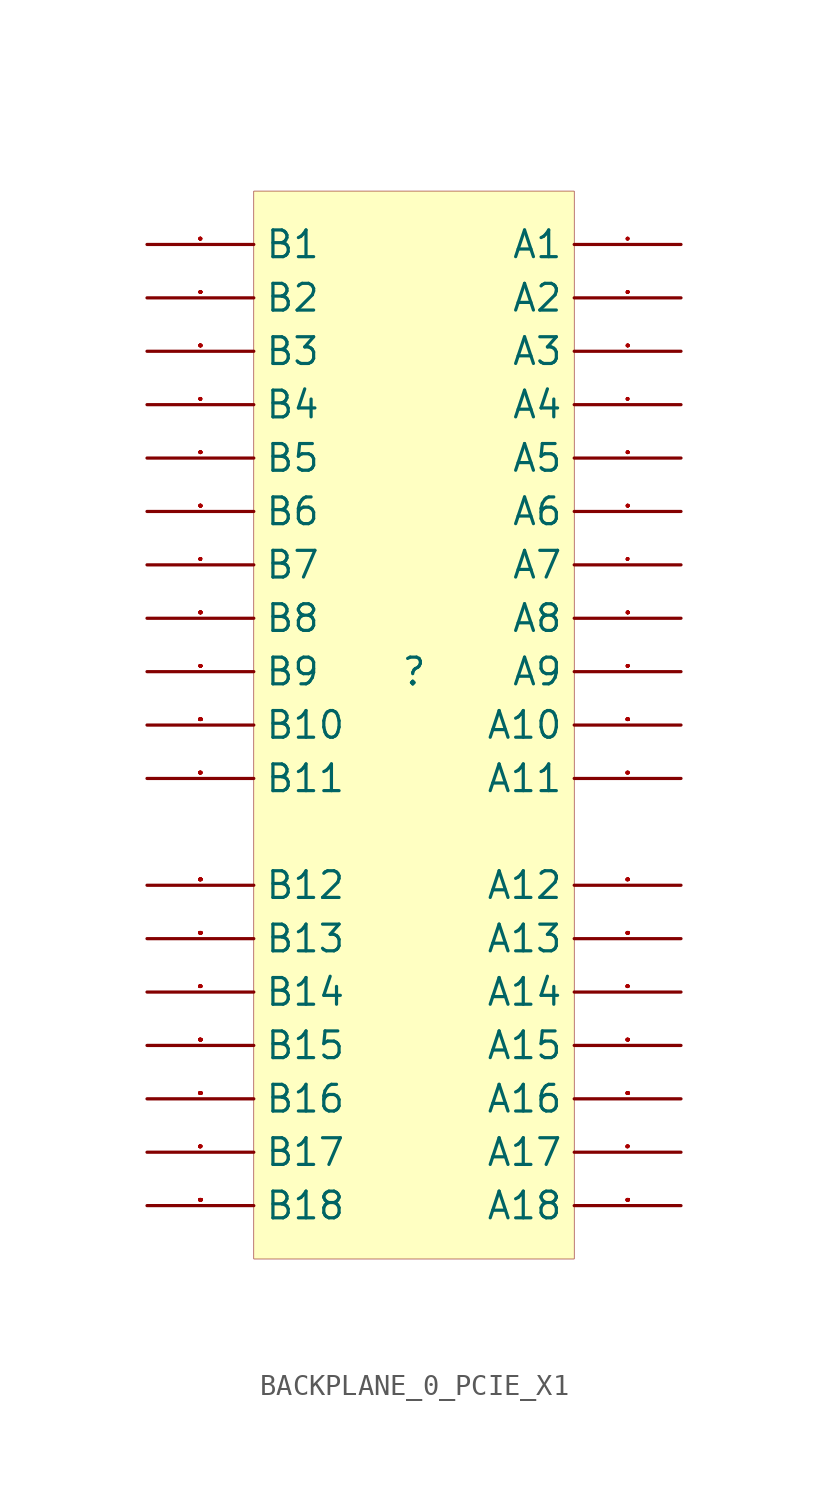
<source format=kicad_sym>
(kicad_symbol_lib
  (version 20231120)
  (generator "kicad_symbol_editor")
  (generator_version "7.99")
  (symbol "BACKPLANE_0_PCIE_X1"
    (property "Reference" ""
      (at 0 0 0)
      (effects (font (size 1.27 1.27))))
    (property "Value" ""
      (at 0 0 0)
      (effects (font (size 1.27 1.27))))
    (symbol "BACKPLANE_0_PCIE_X1_1_0"
      (rectangle (start 7.62 22.86) (end -7.62 -27.94) (stroke (width 0.025) (type solid) (color 128 0 0 1)) (fill (type background)))
      (pin passive line (at 12.7 20.32 180) (length 5.08) (name "A1" (effects (font (size 1.27 1.27)))) (number "A1" (effects (font (size 0.025 0.025)))))
      (pin passive line (at 12.7 -2.54 180) (length 5.08) (name "A10" (effects (font (size 1.27 1.27)))) (number "A10" (effects (font (size 0.025 0.025)))))
      (pin passive line (at 12.7 -5.08 180) (length 5.08) (name "A11" (effects (font (size 1.27 1.27)))) (number "A11" (effects (font (size 0.025 0.025)))))
      (pin passive line (at 12.7 -10.16 180) (length 5.08) (name "A12" (effects (font (size 1.27 1.27)))) (number "A12" (effects (font (size 0.025 0.025)))))
      (pin passive line (at 12.7 -12.7 180) (length 5.08) (name "A13" (effects (font (size 1.27 1.27)))) (number "A13" (effects (font (size 0.025 0.025)))))
      (pin passive line (at 12.7 -15.24 180) (length 5.08) (name "A14" (effects (font (size 1.27 1.27)))) (number "A14" (effects (font (size 0.025 0.025)))))
      (pin passive line (at 12.7 -17.78 180) (length 5.08) (name "A15" (effects (font (size 1.27 1.27)))) (number "A15" (effects (font (size 0.025 0.025)))))
      (pin passive line (at 12.7 -20.32 180) (length 5.08) (name "A16" (effects (font (size 1.27 1.27)))) (number "A16" (effects (font (size 0.025 0.025)))))
      (pin passive line (at 12.7 -22.86 180) (length 5.08) (name "A17" (effects (font (size 1.27 1.27)))) (number "A17" (effects (font (size 0.025 0.025)))))
      (pin passive line (at 12.7 -25.4 180) (length 5.08) (name "A18" (effects (font (size 1.27 1.27)))) (number "A18" (effects (font (size 0.025 0.025)))))
      (pin passive line (at 12.7 17.78 180) (length 5.08) (name "A2" (effects (font (size 1.27 1.27)))) (number "A2" (effects (font (size 0.025 0.025)))))
      (pin passive line (at 12.7 15.24 180) (length 5.08) (name "A3" (effects (font (size 1.27 1.27)))) (number "A3" (effects (font (size 0.025 0.025)))))
      (pin passive line (at 12.7 12.7 180) (length 5.08) (name "A4" (effects (font (size 1.27 1.27)))) (number "A4" (effects (font (size 0.025 0.025)))))
      (pin passive line (at 12.7 10.16 180) (length 5.08) (name "A5" (effects (font (size 1.27 1.27)))) (number "A5" (effects (font (size 0.025 0.025)))))
      (pin passive line (at 12.7 7.62 180) (length 5.08) (name "A6" (effects (font (size 1.27 1.27)))) (number "A6" (effects (font (size 0.025 0.025)))))
      (pin passive line (at 12.7 5.08 180) (length 5.08) (name "A7" (effects (font (size 1.27 1.27)))) (number "A7" (effects (font (size 0.025 0.025)))))
      (pin passive line (at 12.7 2.54 180) (length 5.08) (name "A8" (effects (font (size 1.27 1.27)))) (number "A8" (effects (font (size 0.025 0.025)))))
      (pin passive line (at 12.7 0 180) (length 5.08) (name "A9" (effects (font (size 1.27 1.27)))) (number "A9" (effects (font (size 0.025 0.025)))))
      (pin passive line (at -12.7 20.32 0) (length 5.08) (name "B1" (effects (font (size 1.27 1.27)))) (number "B1" (effects (font (size 0.025 0.025)))))
      (pin passive line (at -12.7 -2.54 0) (length 5.08) (name "B10" (effects (font (size 1.27 1.27)))) (number "B10" (effects (font (size 0.025 0.025)))))
      (pin passive line (at -12.7 -5.08 0) (length 5.08) (name "B11" (effects (font (size 1.27 1.27)))) (number "B11" (effects (font (size 0.025 0.025)))))
      (pin passive line (at -12.7 -10.16 0) (length 5.08) (name "B12" (effects (font (size 1.27 1.27)))) (number "B12" (effects (font (size 0.025 0.025)))))
      (pin passive line (at -12.7 -12.7 0) (length 5.08) (name "B13" (effects (font (size 1.27 1.27)))) (number "B13" (effects (font (size 0.025 0.025)))))
      (pin passive line (at -12.7 -15.24 0) (length 5.08) (name "B14" (effects (font (size 1.27 1.27)))) (number "B14" (effects (font (size 0.025 0.025)))))
      (pin passive line (at -12.7 -17.78 0) (length 5.08) (name "B15" (effects (font (size 1.27 1.27)))) (number "B15" (effects (font (size 0.025 0.025)))))
      (pin passive line (at -12.7 -20.32 0) (length 5.08) (name "B16" (effects (font (size 1.27 1.27)))) (number "B16" (effects (font (size 0.025 0.025)))))
      (pin passive line (at -12.7 -22.86 0) (length 5.08) (name "B17" (effects (font (size 1.27 1.27)))) (number "B17" (effects (font (size 0.025 0.025)))))
      (pin passive line (at -12.7 -25.4 0) (length 5.08) (name "B18" (effects (font (size 1.27 1.27)))) (number "B18" (effects (font (size 0.025 0.025)))))
      (pin passive line (at -12.7 17.78 0) (length 5.08) (name "B2" (effects (font (size 1.27 1.27)))) (number "B2" (effects (font (size 0.025 0.025)))))
      (pin passive line (at -12.7 15.24 0) (length 5.08) (name "B3" (effects (font (size 1.27 1.27)))) (number "B3" (effects (font (size 0.025 0.025)))))
      (pin passive line (at -12.7 12.7 0) (length 5.08) (name "B4" (effects (font (size 1.27 1.27)))) (number "B4" (effects (font (size 0.025 0.025)))))
      (pin passive line (at -12.7 10.16 0) (length 5.08) (name "B5" (effects (font (size 1.27 1.27)))) (number "B5" (effects (font (size 0.025 0.025)))))
      (pin passive line (at -12.7 7.62 0) (length 5.08) (name "B6" (effects (font (size 1.27 1.27)))) (number "B6" (effects (font (size 0.025 0.025)))))
      (pin passive line (at -12.7 5.08 0) (length 5.08) (name "B7" (effects (font (size 1.27 1.27)))) (number "B7" (effects (font (size 0.025 0.025)))))
      (pin passive line (at -12.7 2.54 0) (length 5.08) (name "B8" (effects (font (size 1.27 1.27)))) (number "B8" (effects (font (size 0.025 0.025)))))
      (pin passive line (at -12.7 0 0) (length 5.08) (name "B9" (effects (font (size 1.27 1.27)))) (number "B9" (effects (font (size 0.025 0.025))))))))
</source>
